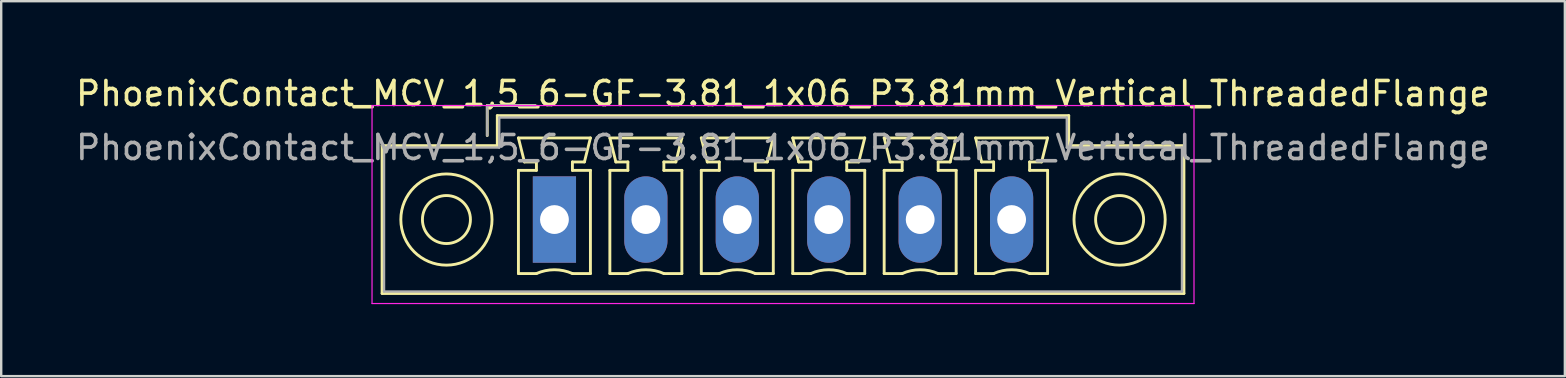
<source format=kicad_pcb>
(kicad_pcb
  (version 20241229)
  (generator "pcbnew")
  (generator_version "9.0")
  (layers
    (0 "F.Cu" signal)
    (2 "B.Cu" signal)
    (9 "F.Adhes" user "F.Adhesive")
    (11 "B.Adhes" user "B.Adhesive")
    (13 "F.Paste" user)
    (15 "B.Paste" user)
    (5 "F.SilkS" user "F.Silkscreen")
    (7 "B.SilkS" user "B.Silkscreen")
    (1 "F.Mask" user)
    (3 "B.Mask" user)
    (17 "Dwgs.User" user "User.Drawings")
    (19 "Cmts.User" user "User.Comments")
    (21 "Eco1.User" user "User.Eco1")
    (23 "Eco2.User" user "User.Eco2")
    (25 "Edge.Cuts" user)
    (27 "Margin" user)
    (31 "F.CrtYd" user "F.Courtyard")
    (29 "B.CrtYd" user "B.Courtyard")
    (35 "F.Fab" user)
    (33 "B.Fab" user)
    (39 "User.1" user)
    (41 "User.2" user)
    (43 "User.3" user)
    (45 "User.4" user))
  (footprint "PhoenixContact_MCV_1,5_6-GF-3.81_1x06_P3.81mm_Vertical_ThreadedFlange"
    (layer "F.Cu")
    (at 20.052 6.098)
    (property "Reference" "PhoenixContact_MCV_1,5_6-GF-3.81_1x06_P3.81mm_Vertical_ThreadedFlange" (at 9.525 -5.25 0) (layer "F.SilkS") (effects (font (size 1 1) (thickness 0.15))))
    (attr through_hole)
    (fp_line (start -7.18 -3.08) (end -7.18 3.08) (stroke (width 0.12) (type solid)) (layer "F.SilkS"))
    (fp_line (start -7.18 3.08) (end 26.23 3.08) (stroke (width 0.12) (type solid)) (layer "F.SilkS"))
    (fp_line (start -2.8 -4.75) (end -0.8 -4.75) (stroke (width 0.12) (type solid)) (layer "F.SilkS"))
    (fp_line (start -2.8 -3.5) (end -2.8 -4.75) (stroke (width 0.12) (type solid)) (layer "F.SilkS"))
    (fp_line (start -2.38 -4.33) (end -2.38 -3.08) (stroke (width 0.12) (type solid)) (layer "F.SilkS"))
    (fp_line (start -2.38 -3.08) (end -7.18 -3.08) (stroke (width 0.12) (type solid)) (layer "F.SilkS"))
    (fp_line (start -1.5 -3.4) (end 1.5 -3.4) (stroke (width 0.12) (type solid)) (layer "F.SilkS"))
    (fp_line (start -1.5 -2.05) (end -0.75 -2.05) (stroke (width 0.12) (type solid)) (layer "F.SilkS"))
    (fp_line (start -1.5 2.25) (end -1.5 -2.05) (stroke (width 0.12) (type solid)) (layer "F.SilkS"))
    (fp_line (start -1.25 -2.4) (end -1.5 -3.4) (stroke (width 0.12) (type solid)) (layer "F.SilkS"))
    (fp_line (start -0.75 -2.4) (end -1.25 -2.4) (stroke (width 0.12) (type solid)) (layer "F.SilkS"))
    (fp_line (start -0.75 -2.05) (end -0.75 -2.4) (stroke (width 0.12) (type solid)) (layer "F.SilkS"))
    (fp_line (start -0.75 2.25) (end -1.5 2.25) (stroke (width 0.12) (type solid)) (layer "F.SilkS"))
    (fp_line (start 0.75 -2.4) (end 0.75 -2.05) (stroke (width 0.12) (type solid)) (layer "F.SilkS"))
    (fp_line (start 0.75 -2.05) (end 1.5 -2.05) (stroke (width 0.12) (type solid)) (layer "F.SilkS"))
    (fp_line (start 1.25 -2.4) (end 0.75 -2.4) (stroke (width 0.12) (type solid)) (layer "F.SilkS"))
    (fp_line (start 1.5 -3.4) (end 1.25 -2.4) (stroke (width 0.12) (type solid)) (layer "F.SilkS"))
    (fp_line (start 1.5 -2.05) (end 1.5 2.25) (stroke (width 0.12) (type solid)) (layer "F.SilkS"))
    (fp_line (start 1.5 2.25) (end 0.75 2.25) (stroke (width 0.12) (type solid)) (layer "F.SilkS"))
    (fp_line (start 2.31 -3.4) (end 5.31 -3.4) (stroke (width 0.12) (type solid)) (layer "F.SilkS"))
    (fp_line (start 2.31 -2.05) (end 3.06 -2.05) (stroke (width 0.12) (type solid)) (layer "F.SilkS"))
    (fp_line (start 2.31 2.25) (end 2.31 -2.05) (stroke (width 0.12) (type solid)) (layer "F.SilkS"))
    (fp_line (start 2.56 -2.4) (end 2.31 -3.4) (stroke (width 0.12) (type solid)) (layer "F.SilkS"))
    (fp_line (start 3.06 -2.4) (end 2.56 -2.4) (stroke (width 0.12) (type solid)) (layer "F.SilkS"))
    (fp_line (start 3.06 -2.05) (end 3.06 -2.4) (stroke (width 0.12) (type solid)) (layer "F.SilkS"))
    (fp_line (start 3.06 2.25) (end 2.31 2.25) (stroke (width 0.12) (type solid)) (layer "F.SilkS"))
    (fp_line (start 4.56 -2.4) (end 4.56 -2.05) (stroke (width 0.12) (type solid)) (layer "F.SilkS"))
    (fp_line (start 4.56 -2.05) (end 5.31 -2.05) (stroke (width 0.12) (type solid)) (layer "F.SilkS"))
    (fp_line (start 5.06 -2.4) (end 4.56 -2.4) (stroke (width 0.12) (type solid)) (layer "F.SilkS"))
    (fp_line (start 5.31 -3.4) (end 5.06 -2.4) (stroke (width 0.12) (type solid)) (layer "F.SilkS"))
    (fp_line (start 5.31 -2.05) (end 5.31 2.25) (stroke (width 0.12) (type solid)) (layer "F.SilkS"))
    (fp_line (start 5.31 2.25) (end 4.56 2.25) (stroke (width 0.12) (type solid)) (layer "F.SilkS"))
    (fp_line (start 6.12 -3.4) (end 9.12 -3.4) (stroke (width 0.12) (type solid)) (layer "F.SilkS"))
    (fp_line (start 6.12 -2.05) (end 6.87 -2.05) (stroke (width 0.12) (type solid)) (layer "F.SilkS"))
    (fp_line (start 6.12 2.25) (end 6.12 -2.05) (stroke (width 0.12) (type solid)) (layer "F.SilkS"))
    (fp_line (start 6.37 -2.4) (end 6.12 -3.4) (stroke (width 0.12) (type solid)) (layer "F.SilkS"))
    (fp_line (start 6.87 -2.4) (end 6.37 -2.4) (stroke (width 0.12) (type solid)) (layer "F.SilkS"))
    (fp_line (start 6.87 -2.05) (end 6.87 -2.4) (stroke (width 0.12) (type solid)) (layer "F.SilkS"))
    (fp_line (start 6.87 2.25) (end 6.12 2.25) (stroke (width 0.12) (type solid)) (layer "F.SilkS"))
    (fp_line (start 8.37 -2.4) (end 8.37 -2.05) (stroke (width 0.12) (type solid)) (layer "F.SilkS"))
    (fp_line (start 8.37 -2.05) (end 9.12 -2.05) (stroke (width 0.12) (type solid)) (layer "F.SilkS"))
    (fp_line (start 8.87 -2.4) (end 8.37 -2.4) (stroke (width 0.12) (type solid)) (layer "F.SilkS"))
    (fp_line (start 9.12 -3.4) (end 8.87 -2.4) (stroke (width 0.12) (type solid)) (layer "F.SilkS"))
    (fp_line (start 9.12 -2.05) (end 9.12 2.25) (stroke (width 0.12) (type solid)) (layer "F.SilkS"))
    (fp_line (start 9.12 2.25) (end 8.37 2.25) (stroke (width 0.12) (type solid)) (layer "F.SilkS"))
    (fp_line (start 9.93 -3.4) (end 12.93 -3.4) (stroke (width 0.12) (type solid)) (layer "F.SilkS"))
    (fp_line (start 9.93 -2.05) (end 10.68 -2.05) (stroke (width 0.12) (type solid)) (layer "F.SilkS"))
    (fp_line (start 9.93 2.25) (end 9.93 -2.05) (stroke (width 0.12) (type solid)) (layer "F.SilkS"))
    (fp_line (start 10.18 -2.4) (end 9.93 -3.4) (stroke (width 0.12) (type solid)) (layer "F.SilkS"))
    (fp_line (start 10.68 -2.4) (end 10.18 -2.4) (stroke (width 0.12) (type solid)) (layer "F.SilkS"))
    (fp_line (start 10.68 -2.05) (end 10.68 -2.4) (stroke (width 0.12) (type solid)) (layer "F.SilkS"))
    (fp_line (start 10.68 2.25) (end 9.93 2.25) (stroke (width 0.12) (type solid)) (layer "F.SilkS"))
    (fp_line (start 12.18 -2.4) (end 12.18 -2.05) (stroke (width 0.12) (type solid)) (layer "F.SilkS"))
    (fp_line (start 12.18 -2.05) (end 12.93 -2.05) (stroke (width 0.12) (type solid)) (layer "F.SilkS"))
    (fp_line (start 12.68 -2.4) (end 12.18 -2.4) (stroke (width 0.12) (type solid)) (layer "F.SilkS"))
    (fp_line (start 12.93 -3.4) (end 12.68 -2.4) (stroke (width 0.12) (type solid)) (layer "F.SilkS"))
    (fp_line (start 12.93 -2.05) (end 12.93 2.25) (stroke (width 0.12) (type solid)) (layer "F.SilkS"))
    (fp_line (start 12.93 2.25) (end 12.18 2.25) (stroke (width 0.12) (type solid)) (layer "F.SilkS"))
    (fp_line (start 13.74 -3.4) (end 16.74 -3.4) (stroke (width 0.12) (type solid)) (layer "F.SilkS"))
    (fp_line (start 13.74 -2.05) (end 14.49 -2.05) (stroke (width 0.12) (type solid)) (layer "F.SilkS"))
    (fp_line (start 13.74 2.25) (end 13.74 -2.05) (stroke (width 0.12) (type solid)) (layer "F.SilkS"))
    (fp_line (start 13.99 -2.4) (end 13.74 -3.4) (stroke (width 0.12) (type solid)) (layer "F.SilkS"))
    (fp_line (start 14.49 -2.4) (end 13.99 -2.4) (stroke (width 0.12) (type solid)) (layer "F.SilkS"))
    (fp_line (start 14.49 -2.05) (end 14.49 -2.4) (stroke (width 0.12) (type solid)) (layer "F.SilkS"))
    (fp_line (start 14.49 2.25) (end 13.74 2.25) (stroke (width 0.12) (type solid)) (layer "F.SilkS"))
    (fp_line (start 15.99 -2.4) (end 15.99 -2.05) (stroke (width 0.12) (type solid)) (layer "F.SilkS"))
    (fp_line (start 15.99 -2.05) (end 16.74 -2.05) (stroke (width 0.12) (type solid)) (layer "F.SilkS"))
    (fp_line (start 16.49 -2.4) (end 15.99 -2.4) (stroke (width 0.12) (type solid)) (layer "F.SilkS"))
    (fp_line (start 16.74 -3.4) (end 16.49 -2.4) (stroke (width 0.12) (type solid)) (layer "F.SilkS"))
    (fp_line (start 16.74 -2.05) (end 16.74 2.25) (stroke (width 0.12) (type solid)) (layer "F.SilkS"))
    (fp_line (start 16.74 2.25) (end 15.99 2.25) (stroke (width 0.12) (type solid)) (layer "F.SilkS"))
    (fp_line (start 17.55 -3.4) (end 20.55 -3.4) (stroke (width 0.12) (type solid)) (layer "F.SilkS"))
    (fp_line (start 17.55 -2.05) (end 18.3 -2.05) (stroke (width 0.12) (type solid)) (layer "F.SilkS"))
    (fp_line (start 17.55 2.25) (end 17.55 -2.05) (stroke (width 0.12) (type solid)) (layer "F.SilkS"))
    (fp_line (start 17.8 -2.4) (end 17.55 -3.4) (stroke (width 0.12) (type solid)) (layer "F.SilkS"))
    (fp_line (start 18.3 -2.4) (end 17.8 -2.4) (stroke (width 0.12) (type solid)) (layer "F.SilkS"))
    (fp_line (start 18.3 -2.05) (end 18.3 -2.4) (stroke (width 0.12) (type solid)) (layer "F.SilkS"))
    (fp_line (start 18.3 2.25) (end 17.55 2.25) (stroke (width 0.12) (type solid)) (layer "F.SilkS"))
    (fp_line (start 19.8 -2.4) (end 19.8 -2.05) (stroke (width 0.12) (type solid)) (layer "F.SilkS"))
    (fp_line (start 19.8 -2.05) (end 20.55 -2.05) (stroke (width 0.12) (type solid)) (layer "F.SilkS"))
    (fp_line (start 20.3 -2.4) (end 19.8 -2.4) (stroke (width 0.12) (type solid)) (layer "F.SilkS"))
    (fp_line (start 20.55 -3.4) (end 20.3 -2.4) (stroke (width 0.12) (type solid)) (layer "F.SilkS"))
    (fp_line (start 20.55 -2.05) (end 20.55 2.25) (stroke (width 0.12) (type solid)) (layer "F.SilkS"))
    (fp_line (start 20.55 2.25) (end 19.8 2.25) (stroke (width 0.12) (type solid)) (layer "F.SilkS"))
    (fp_line (start 21.43 -4.33) (end -2.38 -4.33) (stroke (width 0.12) (type solid)) (layer "F.SilkS"))
    (fp_line (start 21.43 -3.08) (end 21.43 -4.33) (stroke (width 0.12) (type solid)) (layer "F.SilkS"))
    (fp_line (start 26.23 -3.08) (end 21.43 -3.08) (stroke (width 0.12) (type solid)) (layer "F.SilkS"))
    (fp_line (start 26.23 3.08) (end 26.23 -3.08) (stroke (width 0.12) (type solid)) (layer "F.SilkS"))
    (fp_arc (start -0.75 2.25) (mid -0.000193 2.09191) (end 0.749647 2.249844) (stroke (width 0.12) (type solid)) (layer "F.SilkS"))
    (fp_arc (start 3.06 2.25) (mid 3.809807 2.09191) (end 4.559647 2.249844) (stroke (width 0.12) (type solid)) (layer "F.SilkS"))
    (fp_arc (start 6.87 2.25) (mid 7.619807 2.09191) (end 8.369647 2.249844) (stroke (width 0.12) (type solid)) (layer "F.SilkS"))
    (fp_arc (start 10.68 2.25) (mid 11.429807 2.09191) (end 12.179647 2.249844) (stroke (width 0.12) (type solid)) (layer "F.SilkS"))
    (fp_arc (start 14.49 2.25) (mid 15.239807 2.09191) (end 15.989647 2.249844) (stroke (width 0.12) (type solid)) (layer "F.SilkS"))
    (fp_arc (start 18.3 2.25) (mid 19.049807 2.09191) (end 19.799647 2.249844) (stroke (width 0.12) (type solid)) (layer "F.SilkS"))
    (fp_circle (center -4.5 0) (end -3.5 0) (stroke (width 0.12) (type solid)) (fill no) (layer "F.SilkS"))
    (fp_circle (center -4.5 0) (end -2.6 0) (stroke (width 0.12) (type solid)) (fill no) (layer "F.SilkS"))
    (fp_circle (center 23.55 0) (end 24.55 0) (stroke (width 0.12) (type solid)) (fill no) (layer "F.SilkS"))
    (fp_circle (center 23.55 0) (end 25.45 0) (stroke (width 0.12) (type solid)) (fill no) (layer "F.SilkS"))
    (fp_line (start -7.6 -4.75) (end -7.6 3.5) (stroke (width 0.05) (type solid)) (layer "F.CrtYd"))
    (fp_line (start -7.6 3.5) (end 26.65 3.5) (stroke (width 0.05) (type solid)) (layer "F.CrtYd"))
    (fp_line (start 26.65 -4.75) (end -7.6 -4.75) (stroke (width 0.05) (type solid)) (layer "F.CrtYd"))
    (fp_line (start 26.65 3.5) (end 26.65 -4.75) (stroke (width 0.05) (type solid)) (layer "F.CrtYd"))
    (fp_line (start -7.1 -3) (end -7.1 3) (stroke (width 0.1) (type solid)) (layer "F.Fab"))
    (fp_line (start -7.1 3) (end 26.15 3) (stroke (width 0.1) (type solid)) (layer "F.Fab"))
    (fp_line (start -2.8 -4.75) (end -0.8 -4.75) (stroke (width 0.1) (type solid)) (layer "F.Fab"))
    (fp_line (start -2.8 -3.5) (end -2.8 -4.75) (stroke (width 0.1) (type solid)) (layer "F.Fab"))
    (fp_line (start -2.3 -4.25) (end -2.3 -3) (stroke (width 0.1) (type solid)) (layer "F.Fab"))
    (fp_line (start -2.3 -3) (end -7.1 -3) (stroke (width 0.1) (type solid)) (layer "F.Fab"))
    (fp_line (start 21.35 -4.25) (end -2.3 -4.25) (stroke (width 0.1) (type solid)) (layer "F.Fab"))
    (fp_line (start 21.35 -3) (end 21.35 -4.25) (stroke (width 0.1) (type solid)) (layer "F.Fab"))
    (fp_line (start 26.15 -3) (end 21.35 -3) (stroke (width 0.1) (type solid)) (layer "F.Fab"))
    (fp_line (start 26.15 3) (end 26.15 -3) (stroke (width 0.1) (type solid)) (layer "F.Fab"))
    (fp_text user "${REFERENCE}" (at 9.525 -3 0) (layer "F.Fab") (effects (font (size 1 1) (thickness 0.15))))
    (pad "1" thru_hole rect (at 0 0) (size 1.8 3.6) (drill 1.2) (layers "*.Cu" "*.Mask"))
    (pad "2" thru_hole oval (at 3.81 0) (size 1.8 3.6) (drill 1.2) (layers "*.Cu" "*.Mask"))
    (pad "3" thru_hole oval (at 7.62 0) (size 1.8 3.6) (drill 1.2) (layers "*.Cu" "*.Mask"))
    (pad "4" thru_hole oval (at 11.43 0) (size 1.8 3.6) (drill 1.2) (layers "*.Cu" "*.Mask"))
    (pad "5" thru_hole oval (at 15.24 0) (size 1.8 3.6) (drill 1.2) (layers "*.Cu" "*.Mask"))
    (pad "6" thru_hole oval (at 19.05 0) (size 1.8 3.6) (drill 1.2) (layers "*.Cu" "*.Mask")))
  (gr_rect
    (start -3 -3)
    (end 62.155 12.623)
    (stroke (width 0.1) (type default))
    (fill no)
    (layer "Edge.Cuts")))
</source>
